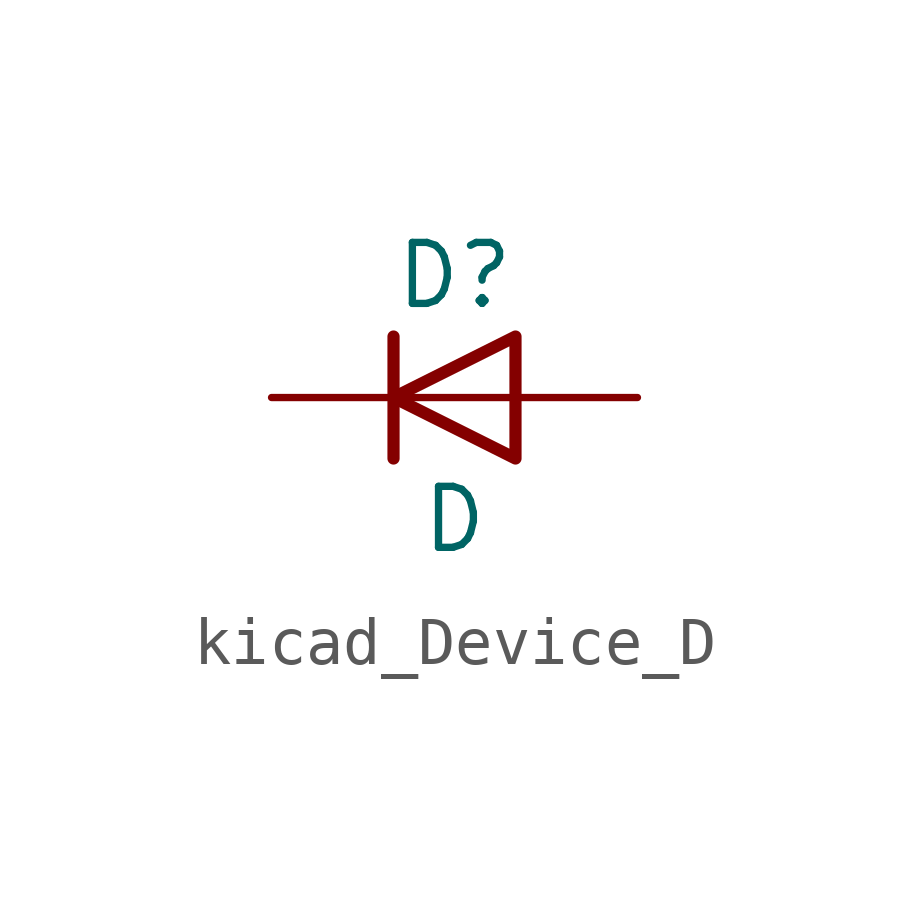
<source format=kicad_sym>
(kicad_symbol_lib
  (version 20220914)
  (generator kicad_symbol_editor)
  (symbol "kicad_Device_D"
    (pin_numbers hide)
    (pin_names
      (offset 1.016) hide)
    (property "Reference" "D"
      (at 0 2.54 0)
      (effects (font (size 1.27 1.27))))
    (property "Value" "D"
      (at 0 -2.54 0)
      (effects (font (size 1.27 1.27))))
    (symbol "kicad_Device_D_0_1"
      (polyline (pts (xy -1.27 1.27) (xy -1.27 -1.27)) (stroke (width 0.254) (type default)) (fill (type none)))
      (polyline (pts (xy 1.27 0) (xy -1.27 0)) (stroke (width 0) (type default)) (fill (type none)))
      (polyline (pts (xy 1.27 1.27) (xy 1.27 -1.27) (xy -1.27 0) (xy 1.27 1.27)) (stroke (width 0.254) (type default)) (fill (type none))))
    (symbol "kicad_Device_D_1_1"
      (pin passive line (at -3.81 0 0) (length 2.54) (name "K" (effects (font (size 1.27 1.27)))) (number "1" (effects (font (size 1.27 1.27)))))
      (pin passive line (at 3.81 0 180) (length 2.54) (name "A" (effects (font (size 1.27 1.27)))) (number "2" (effects (font (size 1.27 1.27))))))))
</source>
